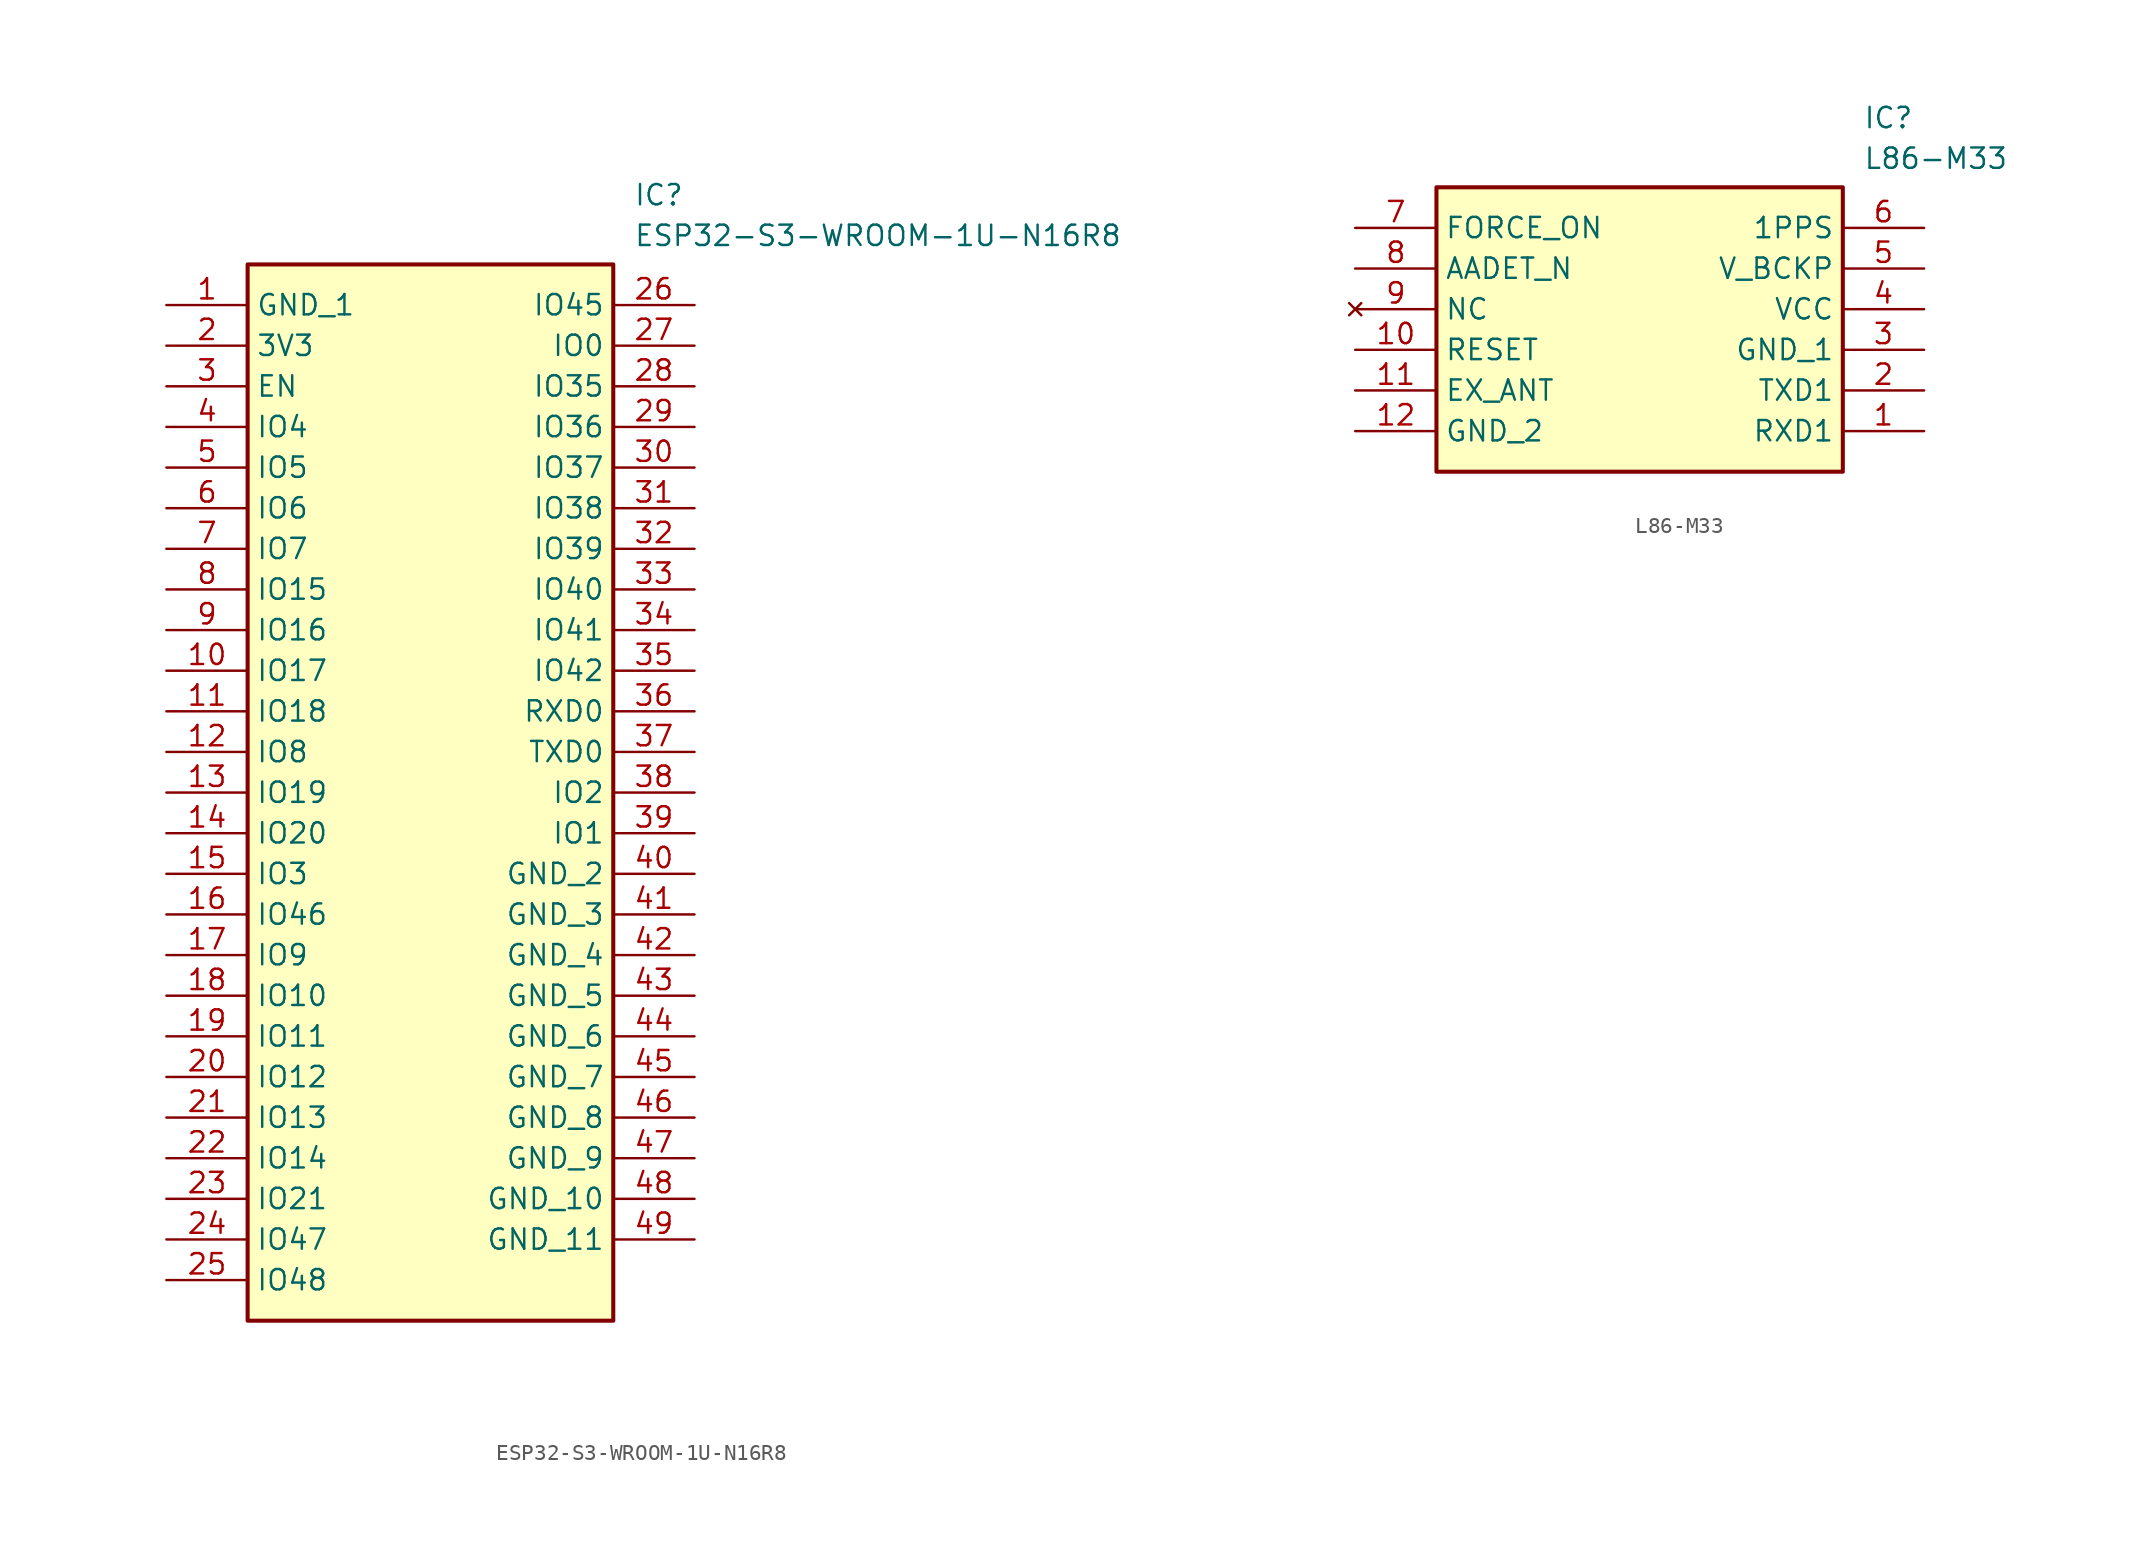
<source format=kicad_sym>
(kicad_symbol_lib
  (version 20220914)
  (generator SamacSys_ECAD_Model)
  (symbol "ESP32-S3-WROOM-1U-N16R8"
    (property "Reference" "IC"
      (at 29.21 7.62 0)
      (effects (font (size 1.27 1.27)) (justify left top)))
    (property "Value" "ESP32-S3-WROOM-1U-N16R8"
      (at 29.21 5.08 0)
      (effects (font (size 1.27 1.27)) (justify left top)))
    (rectangle
      (start 5.08 2.54)
      (end 27.94 -63.5)
      (stroke (width 0.254) (type default))
      (fill (type background)))
    (pin passive line
      (at 0 0 0)
      (length 5.08)
      (name "GND_1" (effects (font (size 1.27 1.27))))
      (number "1" (effects (font (size 1.27 1.27)))))
    (pin passive line
      (at 0 -2.54 0)
      (length 5.08)
      (name "3V3" (effects (font (size 1.27 1.27))))
      (number "2" (effects (font (size 1.27 1.27)))))
    (pin passive line
      (at 0 -5.08 0)
      (length 5.08)
      (name "EN" (effects (font (size 1.27 1.27))))
      (number "3" (effects (font (size 1.27 1.27)))))
    (pin passive line
      (at 0 -7.62 0)
      (length 5.08)
      (name "IO4" (effects (font (size 1.27 1.27))))
      (number "4" (effects (font (size 1.27 1.27)))))
    (pin passive line
      (at 0 -10.16 0)
      (length 5.08)
      (name "IO5" (effects (font (size 1.27 1.27))))
      (number "5" (effects (font (size 1.27 1.27)))))
    (pin passive line
      (at 0 -12.7 0)
      (length 5.08)
      (name "IO6" (effects (font (size 1.27 1.27))))
      (number "6" (effects (font (size 1.27 1.27)))))
    (pin passive line
      (at 0 -15.24 0)
      (length 5.08)
      (name "IO7" (effects (font (size 1.27 1.27))))
      (number "7" (effects (font (size 1.27 1.27)))))
    (pin passive line
      (at 0 -17.78 0)
      (length 5.08)
      (name "IO15" (effects (font (size 1.27 1.27))))
      (number "8" (effects (font (size 1.27 1.27)))))
    (pin passive line
      (at 0 -20.32 0)
      (length 5.08)
      (name "IO16" (effects (font (size 1.27 1.27))))
      (number "9" (effects (font (size 1.27 1.27)))))
    (pin passive line
      (at 0 -22.86 0)
      (length 5.08)
      (name "IO17" (effects (font (size 1.27 1.27))))
      (number "10" (effects (font (size 1.27 1.27)))))
    (pin passive line
      (at 0 -25.4 0)
      (length 5.08)
      (name "IO18" (effects (font (size 1.27 1.27))))
      (number "11" (effects (font (size 1.27 1.27)))))
    (pin passive line
      (at 0 -27.94 0)
      (length 5.08)
      (name "IO8" (effects (font (size 1.27 1.27))))
      (number "12" (effects (font (size 1.27 1.27)))))
    (pin passive line
      (at 0 -30.48 0)
      (length 5.08)
      (name "IO19" (effects (font (size 1.27 1.27))))
      (number "13" (effects (font (size 1.27 1.27)))))
    (pin passive line
      (at 0 -33.02 0)
      (length 5.08)
      (name "IO20" (effects (font (size 1.27 1.27))))
      (number "14" (effects (font (size 1.27 1.27)))))
    (pin passive line
      (at 0 -35.56 0)
      (length 5.08)
      (name "IO3" (effects (font (size 1.27 1.27))))
      (number "15" (effects (font (size 1.27 1.27)))))
    (pin passive line
      (at 0 -38.1 0)
      (length 5.08)
      (name "IO46" (effects (font (size 1.27 1.27))))
      (number "16" (effects (font (size 1.27 1.27)))))
    (pin passive line
      (at 0 -40.64 0)
      (length 5.08)
      (name "IO9" (effects (font (size 1.27 1.27))))
      (number "17" (effects (font (size 1.27 1.27)))))
    (pin passive line
      (at 0 -43.18 0)
      (length 5.08)
      (name "IO10" (effects (font (size 1.27 1.27))))
      (number "18" (effects (font (size 1.27 1.27)))))
    (pin passive line
      (at 0 -45.72 0)
      (length 5.08)
      (name "IO11" (effects (font (size 1.27 1.27))))
      (number "19" (effects (font (size 1.27 1.27)))))
    (pin passive line
      (at 0 -48.26 0)
      (length 5.08)
      (name "IO12" (effects (font (size 1.27 1.27))))
      (number "20" (effects (font (size 1.27 1.27)))))
    (pin passive line
      (at 0 -50.8 0)
      (length 5.08)
      (name "IO13" (effects (font (size 1.27 1.27))))
      (number "21" (effects (font (size 1.27 1.27)))))
    (pin passive line
      (at 0 -53.34 0)
      (length 5.08)
      (name "IO14" (effects (font (size 1.27 1.27))))
      (number "22" (effects (font (size 1.27 1.27)))))
    (pin passive line
      (at 0 -55.88 0)
      (length 5.08)
      (name "IO21" (effects (font (size 1.27 1.27))))
      (number "23" (effects (font (size 1.27 1.27)))))
    (pin passive line
      (at 0 -58.42 0)
      (length 5.08)
      (name "IO47" (effects (font (size 1.27 1.27))))
      (number "24" (effects (font (size 1.27 1.27)))))
    (pin passive line
      (at 0 -60.96 0)
      (length 5.08)
      (name "IO48" (effects (font (size 1.27 1.27))))
      (number "25" (effects (font (size 1.27 1.27)))))
    (pin passive line
      (at 33.02 0 180)
      (length 5.08)
      (name "IO45" (effects (font (size 1.27 1.27))))
      (number "26" (effects (font (size 1.27 1.27)))))
    (pin passive line
      (at 33.02 -2.54 180)
      (length 5.08)
      (name "IO0" (effects (font (size 1.27 1.27))))
      (number "27" (effects (font (size 1.27 1.27)))))
    (pin passive line
      (at 33.02 -5.08 180)
      (length 5.08)
      (name "IO35" (effects (font (size 1.27 1.27))))
      (number "28" (effects (font (size 1.27 1.27)))))
    (pin passive line
      (at 33.02 -7.62 180)
      (length 5.08)
      (name "IO36" (effects (font (size 1.27 1.27))))
      (number "29" (effects (font (size 1.27 1.27)))))
    (pin passive line
      (at 33.02 -10.16 180)
      (length 5.08)
      (name "IO37" (effects (font (size 1.27 1.27))))
      (number "30" (effects (font (size 1.27 1.27)))))
    (pin passive line
      (at 33.02 -12.7 180)
      (length 5.08)
      (name "IO38" (effects (font (size 1.27 1.27))))
      (number "31" (effects (font (size 1.27 1.27)))))
    (pin passive line
      (at 33.02 -15.24 180)
      (length 5.08)
      (name "IO39" (effects (font (size 1.27 1.27))))
      (number "32" (effects (font (size 1.27 1.27)))))
    (pin passive line
      (at 33.02 -17.78 180)
      (length 5.08)
      (name "IO40" (effects (font (size 1.27 1.27))))
      (number "33" (effects (font (size 1.27 1.27)))))
    (pin passive line
      (at 33.02 -20.32 180)
      (length 5.08)
      (name "IO41" (effects (font (size 1.27 1.27))))
      (number "34" (effects (font (size 1.27 1.27)))))
    (pin passive line
      (at 33.02 -22.86 180)
      (length 5.08)
      (name "IO42" (effects (font (size 1.27 1.27))))
      (number "35" (effects (font (size 1.27 1.27)))))
    (pin passive line
      (at 33.02 -25.4 180)
      (length 5.08)
      (name "RXD0" (effects (font (size 1.27 1.27))))
      (number "36" (effects (font (size 1.27 1.27)))))
    (pin passive line
      (at 33.02 -27.94 180)
      (length 5.08)
      (name "TXD0" (effects (font (size 1.27 1.27))))
      (number "37" (effects (font (size 1.27 1.27)))))
    (pin passive line
      (at 33.02 -30.48 180)
      (length 5.08)
      (name "IO2" (effects (font (size 1.27 1.27))))
      (number "38" (effects (font (size 1.27 1.27)))))
    (pin passive line
      (at 33.02 -33.02 180)
      (length 5.08)
      (name "IO1" (effects (font (size 1.27 1.27))))
      (number "39" (effects (font (size 1.27 1.27)))))
    (pin passive line
      (at 33.02 -35.56 180)
      (length 5.08)
      (name "GND_2" (effects (font (size 1.27 1.27))))
      (number "40" (effects (font (size 1.27 1.27)))))
    (pin passive line
      (at 33.02 -38.1 180)
      (length 5.08)
      (name "GND_3" (effects (font (size 1.27 1.27))))
      (number "41" (effects (font (size 1.27 1.27)))))
    (pin passive line
      (at 33.02 -40.64 180)
      (length 5.08)
      (name "GND_4" (effects (font (size 1.27 1.27))))
      (number "42" (effects (font (size 1.27 1.27)))))
    (pin passive line
      (at 33.02 -43.18 180)
      (length 5.08)
      (name "GND_5" (effects (font (size 1.27 1.27))))
      (number "43" (effects (font (size 1.27 1.27)))))
    (pin passive line
      (at 33.02 -45.72 180)
      (length 5.08)
      (name "GND_6" (effects (font (size 1.27 1.27))))
      (number "44" (effects (font (size 1.27 1.27)))))
    (pin passive line
      (at 33.02 -48.26 180)
      (length 5.08)
      (name "GND_7" (effects (font (size 1.27 1.27))))
      (number "45" (effects (font (size 1.27 1.27)))))
    (pin passive line
      (at 33.02 -50.8 180)
      (length 5.08)
      (name "GND_8" (effects (font (size 1.27 1.27))))
      (number "46" (effects (font (size 1.27 1.27)))))
    (pin passive line
      (at 33.02 -53.34 180)
      (length 5.08)
      (name "GND_9" (effects (font (size 1.27 1.27))))
      (number "47" (effects (font (size 1.27 1.27)))))
    (pin passive line
      (at 33.02 -55.88 180)
      (length 5.08)
      (name "GND_10" (effects (font (size 1.27 1.27))))
      (number "48" (effects (font (size 1.27 1.27)))))
    (pin passive line
      (at 33.02 -58.42 180)
      (length 5.08)
      (name "GND_11" (effects (font (size 1.27 1.27))))
      (number "49" (effects (font (size 1.27 1.27))))))
  (symbol "L86-M33"
    (property "Reference" "IC"
      (at 31.75 7.62 0)
      (effects (font (size 1.27 1.27)) (justify left top)))
    (property "Value" "L86-M33"
      (at 31.75 5.08 0)
      (effects (font (size 1.27 1.27)) (justify left top)))
    (rectangle
      (start 5.08 2.54)
      (end 30.48 -15.24)
      (stroke (width 0.254) (type default))
      (fill (type background)))
    (pin passive line
      (at 35.56 -12.7 180)
      (length 5.08)
      (name "RXD1" (effects (font (size 1.27 1.27))))
      (number "1" (effects (font (size 1.27 1.27)))))
    (pin passive line
      (at 35.56 -10.16 180)
      (length 5.08)
      (name "TXD1" (effects (font (size 1.27 1.27))))
      (number "2" (effects (font (size 1.27 1.27)))))
    (pin passive line
      (at 35.56 -7.62 180)
      (length 5.08)
      (name "GND_1" (effects (font (size 1.27 1.27))))
      (number "3" (effects (font (size 1.27 1.27)))))
    (pin passive line
      (at 35.56 -5.08 180)
      (length 5.08)
      (name "VCC" (effects (font (size 1.27 1.27))))
      (number "4" (effects (font (size 1.27 1.27)))))
    (pin passive line
      (at 35.56 -2.54 180)
      (length 5.08)
      (name "V_BCKP" (effects (font (size 1.27 1.27))))
      (number "5" (effects (font (size 1.27 1.27)))))
    (pin passive line
      (at 35.56 0 180)
      (length 5.08)
      (name "1PPS" (effects (font (size 1.27 1.27))))
      (number "6" (effects (font (size 1.27 1.27)))))
    (pin passive line
      (at 0 0 0)
      (length 5.08)
      (name "FORCE_ON" (effects (font (size 1.27 1.27))))
      (number "7" (effects (font (size 1.27 1.27)))))
    (pin passive line
      (at 0 -2.54 0)
      (length 5.08)
      (name "AADET_N" (effects (font (size 1.27 1.27))))
      (number "8" (effects (font (size 1.27 1.27)))))
    (pin no_connect line
      (at 0 -5.08 0)
      (length 5.08)
      (name "NC" (effects (font (size 1.27 1.27))))
      (number "9" (effects (font (size 1.27 1.27)))))
    (pin passive line
      (at 0 -7.62 0)
      (length 5.08)
      (name "RESET" (effects (font (size 1.27 1.27))))
      (number "10" (effects (font (size 1.27 1.27)))))
    (pin passive line
      (at 0 -10.16 0)
      (length 5.08)
      (name "EX_ANT" (effects (font (size 1.27 1.27))))
      (number "11" (effects (font (size 1.27 1.27)))))
    (pin passive line
      (at 0 -12.7 0)
      (length 5.08)
      (name "GND_2" (effects (font (size 1.27 1.27))))
      (number "12" (effects (font (size 1.27 1.27)))))))
</source>
